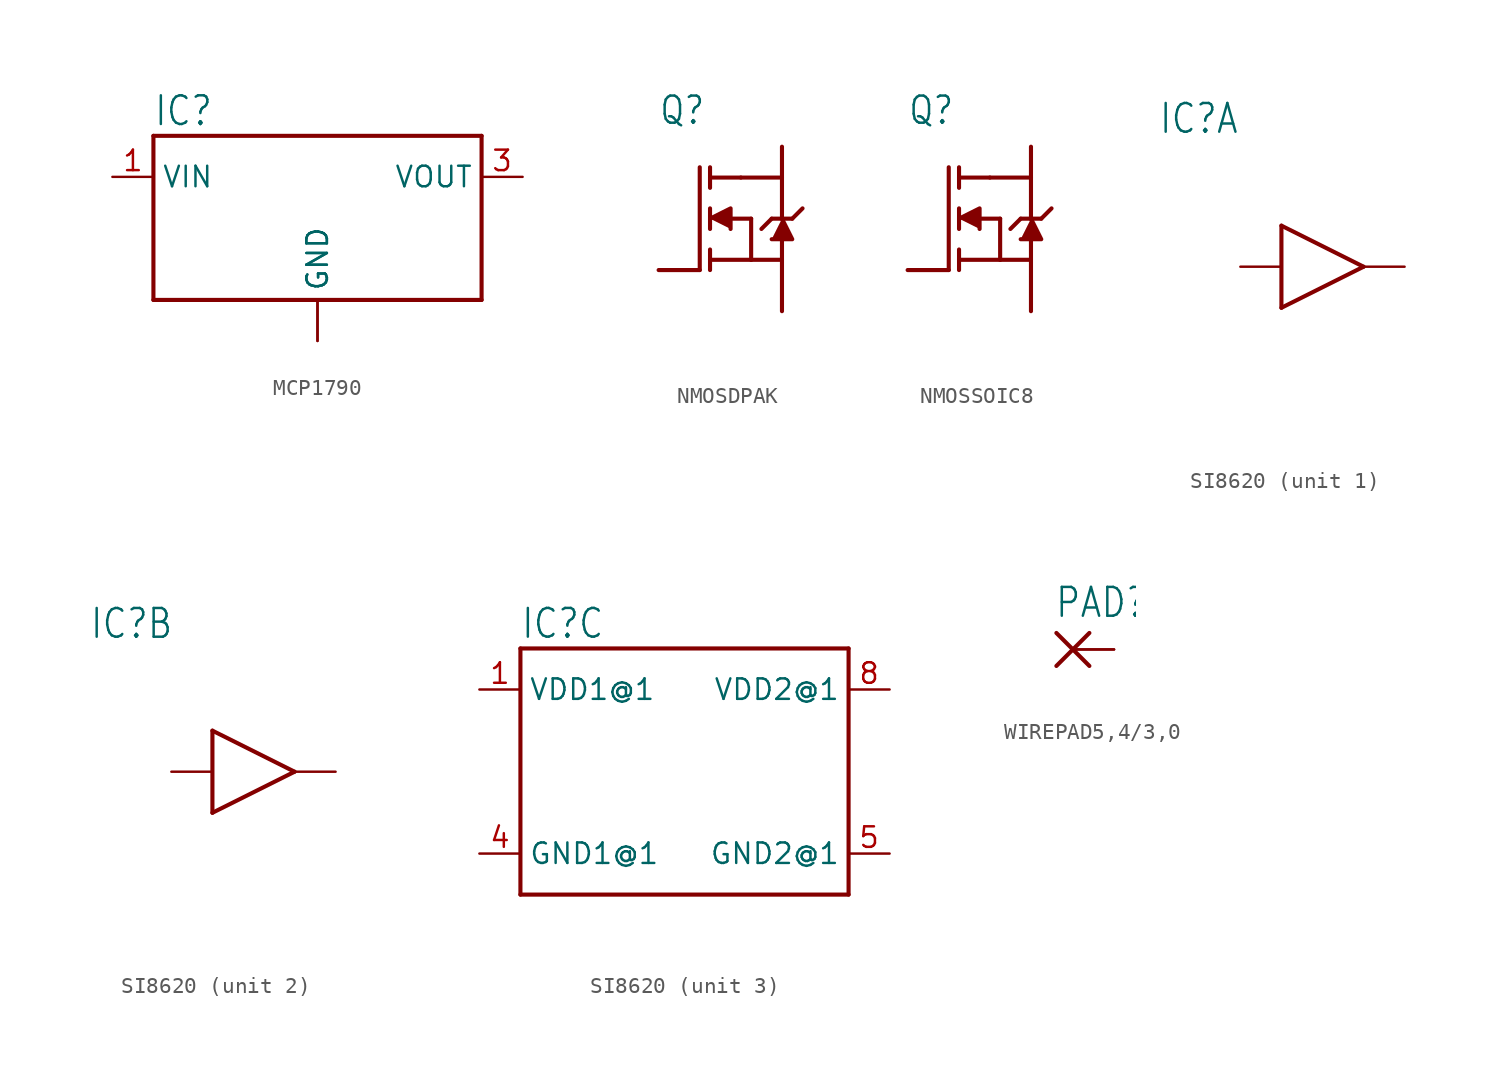
<source format=kicad_sym>
(kicad_symbol_lib
  (version 20220914)
  (generator kicad_symbol_editor)
  (symbol "MCP1790"
    (property "Reference" "IC"
      (at -10.16 5.588 0)
      (effects (font (size 1.778 1.511)) (justify left bottom)))
    (property "Value" ""
      (at 0.762 5.588 0)
      (effects (font (size 1.778 1.511)) (justify left bottom)))
    (property "ki_locked" ""
      (at 0 0 0)
      (effects (font (size 1.27 1.27))))
    (symbol "MCP1790_1_0"
      (polyline (pts (xy -10.16 -5.08) (xy 10.16 -5.08)) (stroke (width 0.254) (type solid)) (fill (type none)))
      (polyline (pts (xy -10.16 5.08) (xy -10.16 -5.08)) (stroke (width 0.254) (type solid)) (fill (type none)))
      (polyline (pts (xy -10.16 5.08) (xy 10.16 5.08)) (stroke (width 0.254) (type solid)) (fill (type none)))
      (polyline (pts (xy 10.16 5.08) (xy 10.16 -5.08)) (stroke (width 0.254) (type solid)) (fill (type none)))
      (pin bidirectional line (at -12.7 2.54 0) (length 2.54) (name "VIN" (effects (font (size 1.27 1.27)))) (number "1" (effects (font (size 1.27 1.27)))))
      (pin bidirectional line (at 0 -7.62 90) (length 2.54) (name "GND" (effects (font (size 1.27 1.27)))) (number "2" (effects (font (size 0 0)))))
      (pin bidirectional line (at 12.7 2.54 180) (length 2.54) (name "VOUT" (effects (font (size 1.27 1.27)))) (number "3" (effects (font (size 1.27 1.27)))))
      (pin bidirectional line (at 0 -7.62 90) (length 2.54) (name "GND" (effects (font (size 1.27 1.27)))) (number "4" (effects (font (size 0 0)))))))
  (symbol "NMOSDPAK"
    (property "Reference" "Q"
      (at -7.62 6.35 0)
      (effects (font (size 1.676 1.425)) (justify left bottom)))
    (property "Value" ""
      (at -7.62 -7.62 0)
      (effects (font (size 1.676 1.425)) (justify left bottom)))
    (property "ki_locked" ""
      (at 0 0 0)
      (effects (font (size 1.27 1.27))))
    (symbol "NMOSDPAK_1_0"
      (polyline (pts (xy -5.08 -2.54) (xy -7.62 -2.54)) (stroke (width 0.254) (type solid)) (fill (type none)))
      (polyline (pts (xy -5.08 3.81) (xy -5.08 -2.54)) (stroke (width 0.254) (type solid)) (fill (type none)))
      (polyline (pts (xy -4.445 -1.905) (xy -4.445 -2.54)) (stroke (width 0.254) (type solid)) (fill (type none)))
      (polyline (pts (xy -4.445 -1.27) (xy -4.445 -1.905)) (stroke (width 0.254) (type solid)) (fill (type none)))
      (polyline (pts (xy -4.445 1.27) (xy -4.445 0)) (stroke (width 0.254) (type solid)) (fill (type none)))
      (polyline (pts (xy -4.445 3.175) (xy -4.445 2.54)) (stroke (width 0.254) (type solid)) (fill (type none)))
      (polyline (pts (xy -4.445 3.175) (xy -2.54 3.175)) (stroke (width 0.254) (type solid)) (fill (type none)))
      (polyline (pts (xy -4.445 3.81) (xy -4.445 3.175)) (stroke (width 0.254) (type solid)) (fill (type none)))
      (polyline (pts (xy -3.175 0.635) (xy -1.905 0.635)) (stroke (width 0.254) (type solid)) (fill (type none)))
      (polyline (pts (xy -1.905 -1.905) (xy -4.445 -1.905)) (stroke (width 0.254) (type solid)) (fill (type none)))
      (polyline (pts (xy -1.905 -1.905) (xy 0 -1.905)) (stroke (width 0.254) (type solid)) (fill (type none)))
      (polyline (pts (xy -1.905 0.635) (xy -1.905 -1.905)) (stroke (width 0.254) (type solid)) (fill (type none)))
      (polyline (pts (xy -1.27 0) (xy -0.635 0.635)) (stroke (width 0.254) (type solid)) (fill (type none)))
      (polyline (pts (xy -0.635 0.635) (xy 0 0.635)) (stroke (width 0.254) (type solid)) (fill (type none)))
      (polyline (pts (xy 0 -1.905) (xy 0 -5.08)) (stroke (width 0.254) (type solid)) (fill (type none)))
      (polyline (pts (xy 0 -1.905) (xy 0 -0.635)) (stroke (width 0.254) (type solid)) (fill (type none)))
      (polyline (pts (xy 0 0.635) (xy 0 3.175)) (stroke (width 0.254) (type solid)) (fill (type none)))
      (polyline (pts (xy 0 0.635) (xy 0.635 0.635)) (stroke (width 0.254) (type solid)) (fill (type none)))
      (polyline (pts (xy 0 3.175) (xy -2.54 3.175)) (stroke (width 0.254) (type solid)) (fill (type none)))
      (polyline (pts (xy 0 3.175) (xy 0 5.08)) (stroke (width 0.254) (type solid)) (fill (type none)))
      (polyline (pts (xy 0.635 0.635) (xy 1.27 1.27)) (stroke (width 0.254) (type solid)) (fill (type none)))
      (polyline (pts (xy -4.445 0.635) (xy -3.175 1.27) (xy -3.175 0)) (stroke (width 0.254) (type solid)) (fill (type outline)))
      (polyline (pts (xy 0 0.635) (xy 0.635 -0.635) (xy -0.635 -0.635)) (stroke (width 0.254) (type solid)) (fill (type outline)))
      (pin passive line (at -7.62 -2.54 180) (length 0) (name "G" (effects (font (size 0 0)))) (number "1" (effects (font (size 0 0)))))
      (pin passive line (at 0 -5.08 0) (length 0) (name "S" (effects (font (size 0 0)))) (number "3" (effects (font (size 0 0)))))
      (pin passive line (at 0 5.08 0) (length 0) (name "D" (effects (font (size 0 0)))) (number "4" (effects (font (size 0 0)))))))
  (symbol "NMOSSOIC8"
    (property "Reference" "Q"
      (at -7.62 6.35 0)
      (effects (font (size 1.676 1.425)) (justify left bottom)))
    (property "Value" ""
      (at -7.62 -7.62 0)
      (effects (font (size 1.676 1.425)) (justify left bottom)))
    (property "ki_locked" ""
      (at 0 0 0)
      (effects (font (size 1.27 1.27))))
    (symbol "NMOSSOIC8_1_0"
      (polyline (pts (xy -5.08 -2.54) (xy -7.62 -2.54)) (stroke (width 0.254) (type solid)) (fill (type none)))
      (polyline (pts (xy -5.08 3.81) (xy -5.08 -2.54)) (stroke (width 0.254) (type solid)) (fill (type none)))
      (polyline (pts (xy -4.445 -1.905) (xy -4.445 -2.54)) (stroke (width 0.254) (type solid)) (fill (type none)))
      (polyline (pts (xy -4.445 -1.27) (xy -4.445 -1.905)) (stroke (width 0.254) (type solid)) (fill (type none)))
      (polyline (pts (xy -4.445 1.27) (xy -4.445 0)) (stroke (width 0.254) (type solid)) (fill (type none)))
      (polyline (pts (xy -4.445 3.175) (xy -4.445 2.54)) (stroke (width 0.254) (type solid)) (fill (type none)))
      (polyline (pts (xy -4.445 3.175) (xy -2.54 3.175)) (stroke (width 0.254) (type solid)) (fill (type none)))
      (polyline (pts (xy -4.445 3.81) (xy -4.445 3.175)) (stroke (width 0.254) (type solid)) (fill (type none)))
      (polyline (pts (xy -3.175 0.635) (xy -1.905 0.635)) (stroke (width 0.254) (type solid)) (fill (type none)))
      (polyline (pts (xy -1.905 -1.905) (xy -4.445 -1.905)) (stroke (width 0.254) (type solid)) (fill (type none)))
      (polyline (pts (xy -1.905 -1.905) (xy 0 -1.905)) (stroke (width 0.254) (type solid)) (fill (type none)))
      (polyline (pts (xy -1.905 0.635) (xy -1.905 -1.905)) (stroke (width 0.254) (type solid)) (fill (type none)))
      (polyline (pts (xy -1.27 0) (xy -0.635 0.635)) (stroke (width 0.254) (type solid)) (fill (type none)))
      (polyline (pts (xy -0.635 0.635) (xy 0 0.635)) (stroke (width 0.254) (type solid)) (fill (type none)))
      (polyline (pts (xy 0 -1.905) (xy 0 -5.08)) (stroke (width 0.254) (type solid)) (fill (type none)))
      (polyline (pts (xy 0 -1.905) (xy 0 -0.635)) (stroke (width 0.254) (type solid)) (fill (type none)))
      (polyline (pts (xy 0 0.635) (xy 0 3.175)) (stroke (width 0.254) (type solid)) (fill (type none)))
      (polyline (pts (xy 0 0.635) (xy 0.635 0.635)) (stroke (width 0.254) (type solid)) (fill (type none)))
      (polyline (pts (xy 0 3.175) (xy -2.54 3.175)) (stroke (width 0.254) (type solid)) (fill (type none)))
      (polyline (pts (xy 0 3.175) (xy 0 5.08)) (stroke (width 0.254) (type solid)) (fill (type none)))
      (polyline (pts (xy 0.635 0.635) (xy 1.27 1.27)) (stroke (width 0.254) (type solid)) (fill (type none)))
      (polyline (pts (xy -4.445 0.635) (xy -3.175 1.27) (xy -3.175 0)) (stroke (width 0.254) (type solid)) (fill (type outline)))
      (polyline (pts (xy 0 0.635) (xy 0.635 -0.635) (xy -0.635 -0.635)) (stroke (width 0.254) (type solid)) (fill (type outline)))
      (pin passive line (at 0 -5.08 0) (length 0) (name "S" (effects (font (size 0 0)))) (number "1" (effects (font (size 0 0)))))
      (pin passive line (at 0 -5.08 0) (length 0) (name "S" (effects (font (size 0 0)))) (number "2" (effects (font (size 0 0)))))
      (pin passive line (at 0 -5.08 0) (length 0) (name "S" (effects (font (size 0 0)))) (number "3" (effects (font (size 0 0)))))
      (pin passive line (at -7.62 -2.54 180) (length 0) (name "G" (effects (font (size 0 0)))) (number "4" (effects (font (size 0 0)))))
      (pin passive line (at 0 5.08 0) (length 0) (name "D" (effects (font (size 0 0)))) (number "5" (effects (font (size 0 0)))))
      (pin passive line (at 0 5.08 0) (length 0) (name "D" (effects (font (size 0 0)))) (number "6" (effects (font (size 0 0)))))
      (pin passive line (at 0 5.08 0) (length 0) (name "D" (effects (font (size 0 0)))) (number "7" (effects (font (size 0 0)))))
      (pin passive line (at 0 5.08 0) (length 0) (name "D" (effects (font (size 0 0)))) (number "8" (effects (font (size 0 0)))))))
  (symbol "SI8620"
    (property "Reference" "IC"
      (at -10.16 8.128 0)
      (effects (font (size 1.778 1.511)) (justify left bottom)))
    (property "Value" ""
      (at -10.16 -10.16 0)
      (effects (font (size 1.778 1.511)) (justify left bottom)))
    (property "ki_locked" ""
      (at 0 0 0)
      (effects (font (size 1.27 1.27))))
    (symbol "SI8620_1_0"
      (polyline (pts (xy -2.54 -2.54) (xy 2.54 0)) (stroke (width 0.254) (type solid)) (fill (type none)))
      (polyline (pts (xy -2.54 2.54) (xy -2.54 -2.54)) (stroke (width 0.254) (type solid)) (fill (type none)))
      (polyline (pts (xy 2.54 0) (xy -2.54 2.54)) (stroke (width 0.254) (type solid)) (fill (type none)))
      (pin input line (at -5.08 0 0) (length 2.54) (name "IN" (effects (font (size 0 0)))) (number "2" (effects (font (size 0 0)))))
      (pin output line (at 5.08 0 180) (length 2.54) (name "OUT" (effects (font (size 0 0)))) (number "7" (effects (font (size 0 0))))))
    (symbol "SI8620_2_0"
      (polyline (pts (xy -2.54 -2.54) (xy 2.54 0)) (stroke (width 0.254) (type solid)) (fill (type none)))
      (polyline (pts (xy -2.54 2.54) (xy -2.54 -2.54)) (stroke (width 0.254) (type solid)) (fill (type none)))
      (polyline (pts (xy 2.54 0) (xy -2.54 2.54)) (stroke (width 0.254) (type solid)) (fill (type none)))
      (pin input line (at -5.08 0 0) (length 2.54) (name "IN" (effects (font (size 0 0)))) (number "3" (effects (font (size 0 0)))))
      (pin output line (at 5.08 0 180) (length 2.54) (name "OUT" (effects (font (size 0 0)))) (number "6" (effects (font (size 0 0))))))
    (symbol "SI8620_3_0"
      (polyline (pts (xy -10.16 -7.62) (xy -10.16 7.62)) (stroke (width 0.254) (type solid)) (fill (type none)))
      (polyline (pts (xy -10.16 7.62) (xy 10.16 7.62)) (stroke (width 0.254) (type solid)) (fill (type none)))
      (polyline (pts (xy 10.16 -7.62) (xy -10.16 -7.62)) (stroke (width 0.254) (type solid)) (fill (type none)))
      (polyline (pts (xy 10.16 7.62) (xy 10.16 -7.62)) (stroke (width 0.254) (type solid)) (fill (type none)))
      (pin passive line (at -12.7 5.08 0) (length 2.54) (name "VDD1@1" (effects (font (size 1.27 1.27)))) (number "1" (effects (font (size 1.27 1.27)))))
      (pin passive line (at -12.7 -5.08 0) (length 2.54) (name "GND1@1" (effects (font (size 1.27 1.27)))) (number "4" (effects (font (size 1.27 1.27)))))
      (pin passive line (at 12.7 -5.08 180) (length 2.54) (name "GND2@1" (effects (font (size 1.27 1.27)))) (number "5" (effects (font (size 1.27 1.27)))))
      (pin passive line (at 12.7 5.08 180) (length 2.54) (name "VDD2@1" (effects (font (size 1.27 1.27)))) (number "8" (effects (font (size 1.27 1.27)))))))
  (symbol "WIREPAD5,4/3,0"
    (property "Reference" "PAD"
      (at -1.143 1.854 0)
      (effects (font (size 1.778 1.511)) (justify left bottom)))
    (property "Value" ""
      (at -1.143 -3.302 0)
      (effects (font (size 1.778 1.511)) (justify left bottom)))
    (property "ki_locked" ""
      (at 0 0 0)
      (effects (font (size 1.27 1.27))))
    (symbol "WIREPAD5,4/3,0_1_0"
      (polyline (pts (xy -1.016 -1.016) (xy 1.016 1.016)) (stroke (width 0.254) (type solid)) (fill (type none)))
      (polyline (pts (xy -1.016 1.016) (xy 1.016 -1.016)) (stroke (width 0.254) (type solid)) (fill (type none)))
      (pin passive line (at 2.54 0 180) (length 2.54) (name "P" (effects (font (size 0 0)))) (number "1" (effects (font (size 0 0)))))
      (pin passive line (at 2.54 0 180) (length 2.54) (name "P" (effects (font (size 0 0)))) (number "2" (effects (font (size 0 0))))))))
</source>
